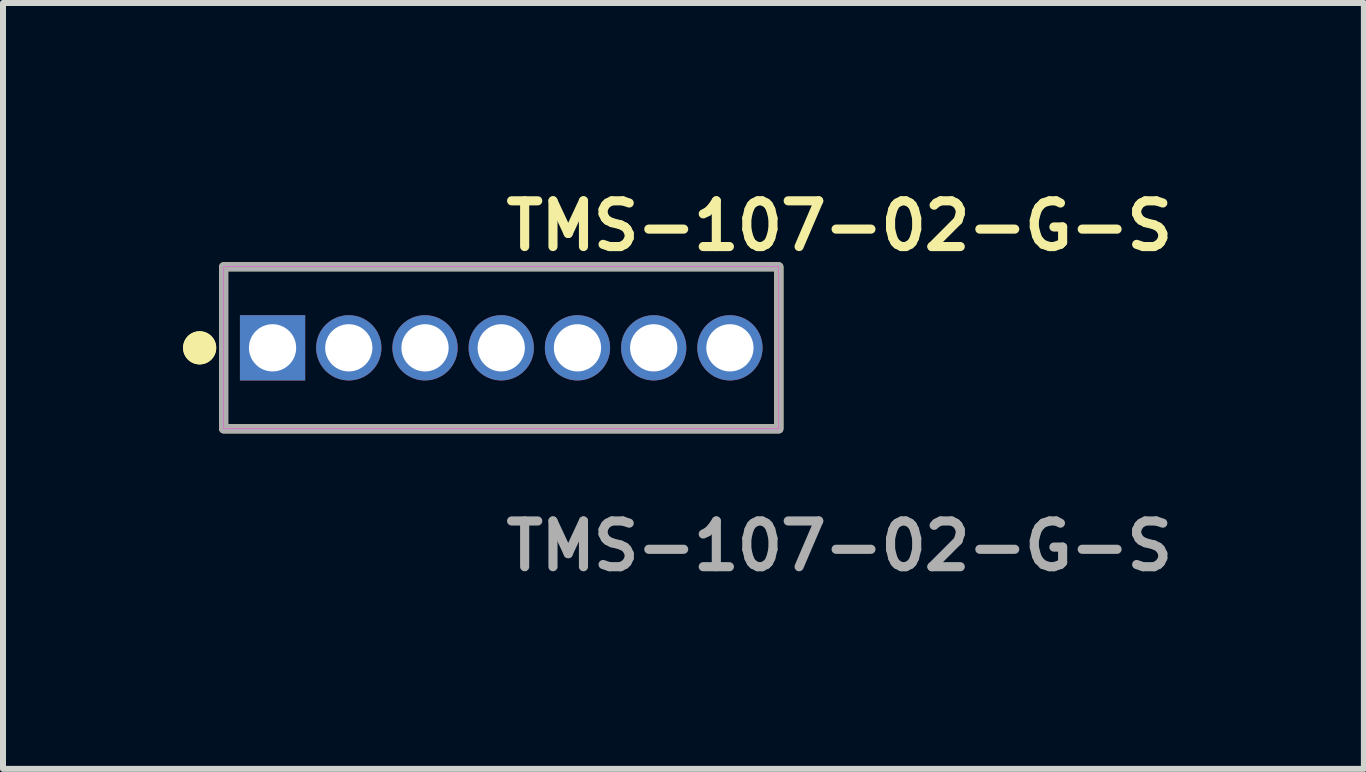
<source format=kicad_pcb>
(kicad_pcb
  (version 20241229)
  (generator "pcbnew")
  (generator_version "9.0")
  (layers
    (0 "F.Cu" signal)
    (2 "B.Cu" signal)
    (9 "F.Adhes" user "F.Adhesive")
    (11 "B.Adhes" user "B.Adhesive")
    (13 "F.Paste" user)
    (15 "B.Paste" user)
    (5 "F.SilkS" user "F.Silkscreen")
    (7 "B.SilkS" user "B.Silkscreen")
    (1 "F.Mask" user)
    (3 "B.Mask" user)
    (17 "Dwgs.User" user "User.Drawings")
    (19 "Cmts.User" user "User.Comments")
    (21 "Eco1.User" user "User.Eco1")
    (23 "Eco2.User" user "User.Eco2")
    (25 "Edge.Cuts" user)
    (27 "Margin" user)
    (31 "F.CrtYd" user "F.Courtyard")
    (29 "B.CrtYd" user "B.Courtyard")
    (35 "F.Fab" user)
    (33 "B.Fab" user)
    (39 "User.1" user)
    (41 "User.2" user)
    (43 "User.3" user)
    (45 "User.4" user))
  (footprint "TMS-107-02-G-S"
    (layer "F.Cu")
    (at 5.301 2.745)
    (property "Reference" "TMS-107-02-G-S" (at 0 -2.032 0) (unlocked yes) (layer "F.SilkS") (effects (font (size 0.762 0.762) (thickness 0.152)) (justify left)))
    (fp_rect (start -4.625 1.35) (end 4.625 -1.35) (stroke (width 0.152) (type solid)) (fill no) (layer "F.SilkS"))
    (fp_circle (center -5.025 0) (end -5.225 0) (stroke (width 0.152) (type solid)) (fill yes) (layer "F.SilkS"))
    (fp_circle (center -5.025 0) (end -5.225 0) (stroke (width 0.152) (type solid)) (fill yes) (layer "F.SilkS"))
    (fp_rect (start -4.625 1.35) (end 4.625 -1.35) (stroke (width 0.006) (type solid)) (fill no) (layer "F.CrtYd"))
    (fp_rect (start -4.625 1.35) (end 4.625 -1.35) (stroke (width 0.152) (type solid)) (fill no) (layer "F.Fab"))
    (fp_text user "${REFERENCE}" (at 0 3.302 0) (unlocked yes) (layer "F.Fab") (effects (font (size 0.762 0.762) (thickness 0.152)) (justify left)))
    (pad "1" thru_hole rect (at -3.81 0) (size 1.087 1.087) (drill 0.787) (layers "*.Cu" "*.Mask"))
    (pad "2" thru_hole circle (at -2.54 0) (size 1.087 1.087) (drill 0.787) (layers "*.Cu" "*.Mask"))
    (pad "3" thru_hole circle (at -1.27 0) (size 1.087 1.087) (drill 0.787) (layers "*.Cu" "*.Mask"))
    (pad "4" thru_hole circle (at 0 0) (size 1.087 1.087) (drill 0.787) (layers "*.Cu" "*.Mask"))
    (pad "5" thru_hole circle (at 1.27 0) (size 1.087 1.087) (drill 0.787) (layers "*.Cu" "*.Mask"))
    (pad "6" thru_hole circle (at 2.54 0) (size 1.087 1.087) (drill 0.787) (layers "*.Cu" "*.Mask"))
    (pad "7" thru_hole circle (at 3.81 0) (size 1.087 1.087) (drill 0.787) (layers "*.Cu" "*.Mask")))
  (gr_rect
    (start -3 -3)
    (end 19.673 9.76)
    (stroke (width 0.1) (type default))
    (fill no)
    (layer "Edge.Cuts")))
</source>
